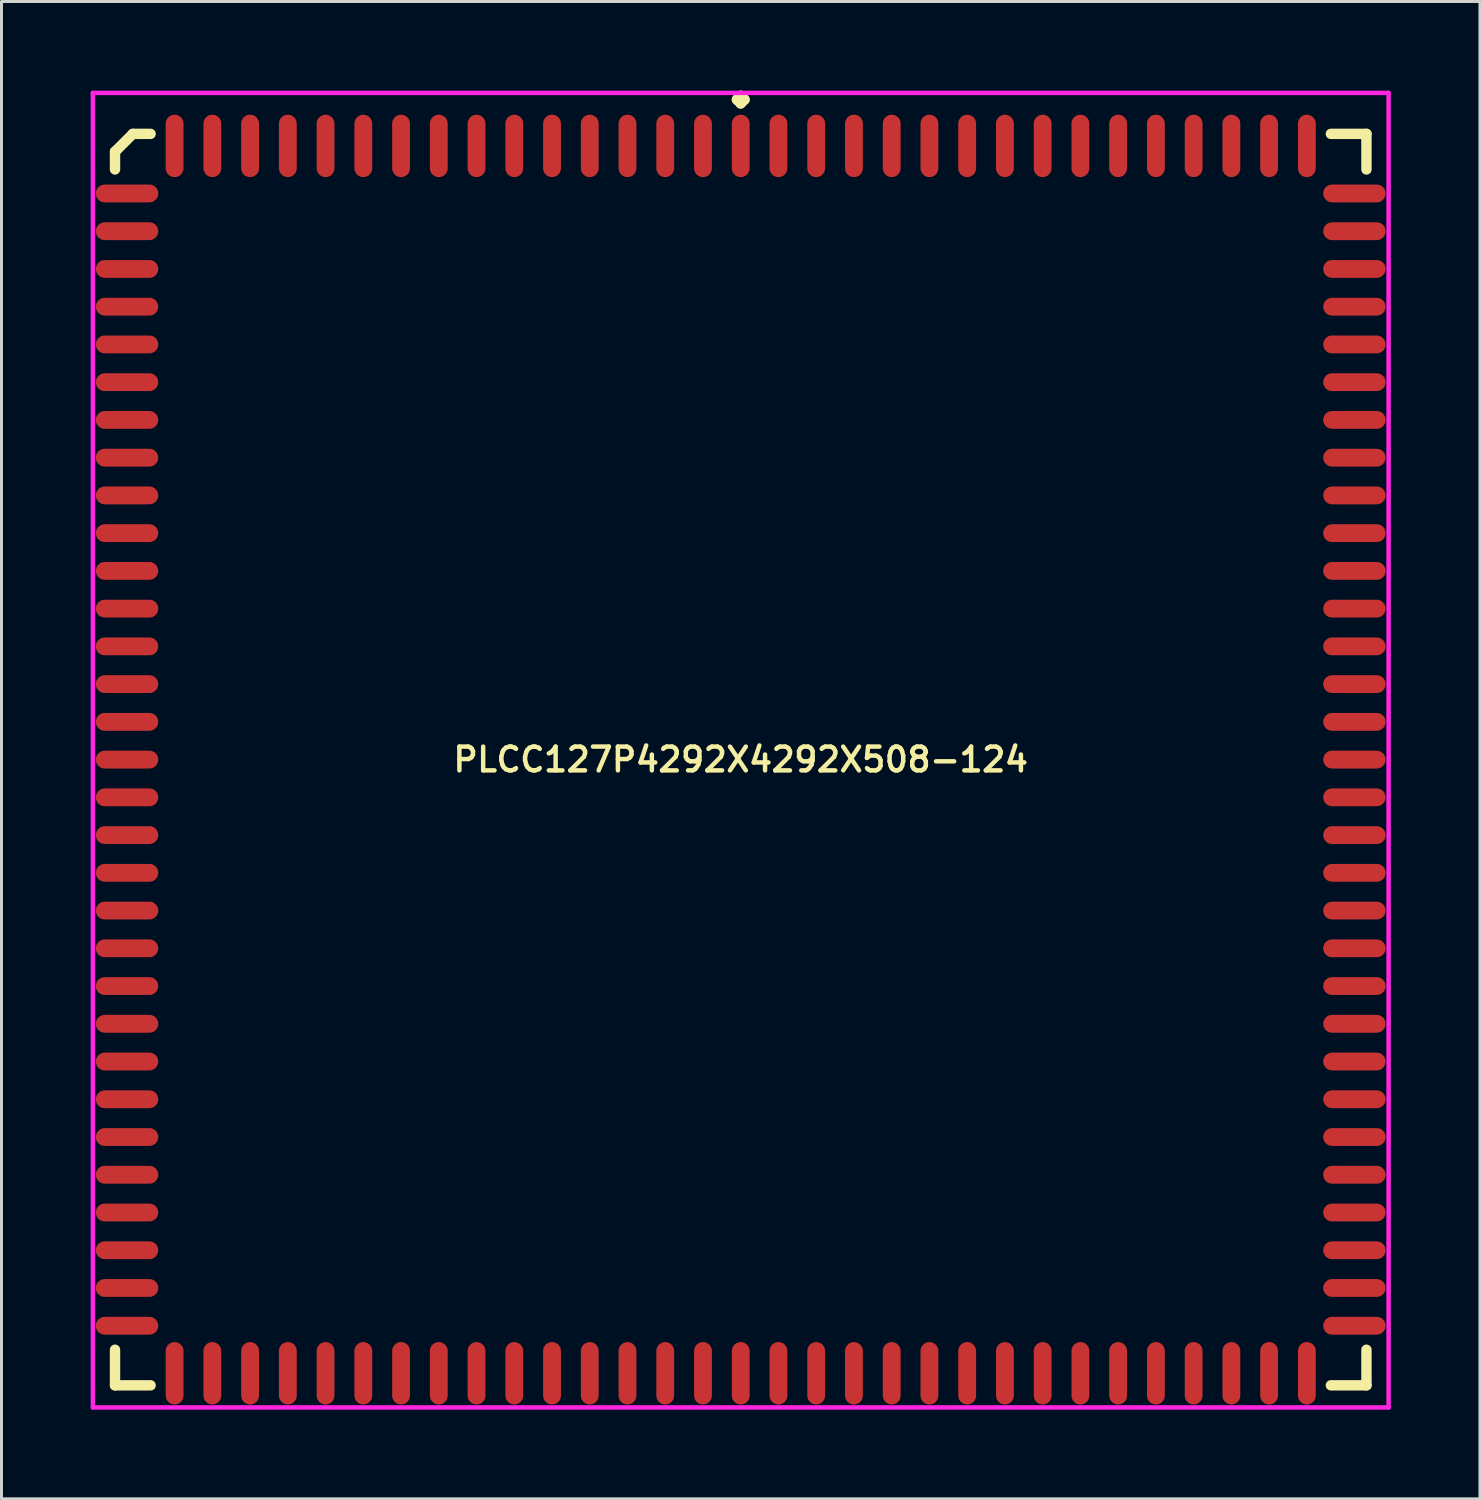
<source format=kicad_pcb>
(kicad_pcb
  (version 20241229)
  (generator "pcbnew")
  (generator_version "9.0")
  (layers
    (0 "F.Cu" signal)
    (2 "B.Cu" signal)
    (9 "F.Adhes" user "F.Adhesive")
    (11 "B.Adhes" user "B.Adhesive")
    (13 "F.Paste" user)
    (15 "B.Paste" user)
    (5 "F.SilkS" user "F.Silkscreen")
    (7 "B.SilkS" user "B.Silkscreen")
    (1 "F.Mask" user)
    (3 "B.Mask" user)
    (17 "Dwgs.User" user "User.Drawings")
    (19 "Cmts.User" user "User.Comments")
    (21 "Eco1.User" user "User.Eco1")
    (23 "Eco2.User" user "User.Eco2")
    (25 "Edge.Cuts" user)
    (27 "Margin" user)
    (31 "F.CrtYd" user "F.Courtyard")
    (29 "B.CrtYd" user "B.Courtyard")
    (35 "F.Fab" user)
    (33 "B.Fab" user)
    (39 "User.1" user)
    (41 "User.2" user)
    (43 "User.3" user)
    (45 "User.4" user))
  (footprint "PLCC127P4292X4292X508-124"
    (layer "F.Cu")
    (at 21.875 22.51)
    (property "Reference" "PLCC127P4292X4292X508-124" (at 0 0 0) (layer "F.SilkS") (effects (font (size 0.8 0.8) (thickness 0.15))))
    (attr smd)
    (fp_line (start -21.055 -20.456) (end -20.456 -21.055) (stroke (width 0.35) (type solid)) (layer "F.SilkS"))
    (fp_line (start -21.055 -19.858) (end -21.055 -20.456) (stroke (width 0.35) (type solid)) (layer "F.SilkS"))
    (fp_line (start -21.055 19.858) (end -21.055 21.055) (stroke (width 0.35) (type solid)) (layer "F.SilkS"))
    (fp_line (start -21.055 21.055) (end -19.858 21.055) (stroke (width 0.35) (type solid)) (layer "F.SilkS"))
    (fp_line (start -20.456 -21.055) (end -19.858 -21.055) (stroke (width 0.35) (type solid)) (layer "F.SilkS"))
    (fp_line (start -0.127 -22.208) (end 0 -22.335) (stroke (width 0.35) (type solid)) (layer "F.SilkS"))
    (fp_line (start 0 -22.335) (end 0.127 -22.208) (stroke (width 0.35) (type solid)) (layer "F.SilkS"))
    (fp_line (start 0 -22.081) (end -0.127 -22.208) (stroke (width 0.35) (type solid)) (layer "F.SilkS"))
    (fp_line (start 0.127 -22.208) (end 0 -22.081) (stroke (width 0.35) (type solid)) (layer "F.SilkS"))
    (fp_line (start 21.055 -21.055) (end 19.858 -21.055) (stroke (width 0.35) (type solid)) (layer "F.SilkS"))
    (fp_line (start 21.055 -19.858) (end 21.055 -21.055) (stroke (width 0.35) (type solid)) (layer "F.SilkS"))
    (fp_line (start 21.055 19.858) (end 21.055 21.055) (stroke (width 0.35) (type solid)) (layer "F.SilkS"))
    (fp_line (start 21.055 21.055) (end 19.858 21.055) (stroke (width 0.35) (type solid)) (layer "F.SilkS"))
    (fp_line (start -21.8 -22.435) (end 21.8 -22.435) (stroke (width 0.15) (type solid)) (layer "F.CrtYd"))
    (fp_line (start -21.8 21.8) (end -21.8 -22.435) (stroke (width 0.15) (type solid)) (layer "F.CrtYd"))
    (fp_line (start 21.8 -22.435) (end 21.8 21.8) (stroke (width 0.15) (type solid)) (layer "F.CrtYd"))
    (fp_line (start 21.8 21.8) (end -21.8 21.8) (stroke (width 0.15) (type solid)) (layer "F.CrtYd"))
    (pad "1" smd oval (at 0 -20.65) (size 0.6 2.1) (layers "F.Cu" "F.Mask" "F.Paste"))
    (pad "2" smd oval (at -1.27 -20.65) (size 0.6 2.1) (layers "F.Cu" "F.Mask" "F.Paste"))
    (pad "3" smd oval (at -2.54 -20.65) (size 0.6 2.1) (layers "F.Cu" "F.Mask" "F.Paste"))
    (pad "4" smd oval (at -3.81 -20.65) (size 0.6 2.1) (layers "F.Cu" "F.Mask" "F.Paste"))
    (pad "5" smd oval (at -5.08 -20.65) (size 0.6 2.1) (layers "F.Cu" "F.Mask" "F.Paste"))
    (pad "6" smd oval (at -6.35 -20.65) (size 0.6 2.1) (layers "F.Cu" "F.Mask" "F.Paste"))
    (pad "7" smd oval (at -7.62 -20.65) (size 0.6 2.1) (layers "F.Cu" "F.Mask" "F.Paste"))
    (pad "8" smd oval (at -8.89 -20.65) (size 0.6 2.1) (layers "F.Cu" "F.Mask" "F.Paste"))
    (pad "9" smd oval (at -10.16 -20.65) (size 0.6 2.1) (layers "F.Cu" "F.Mask" "F.Paste"))
    (pad "10" smd oval (at -11.43 -20.65) (size 0.6 2.1) (layers "F.Cu" "F.Mask" "F.Paste"))
    (pad "11" smd oval (at -12.7 -20.65) (size 0.6 2.1) (layers "F.Cu" "F.Mask" "F.Paste"))
    (pad "12" smd oval (at -13.97 -20.65) (size 0.6 2.1) (layers "F.Cu" "F.Mask" "F.Paste"))
    (pad "13" smd oval (at -15.24 -20.65) (size 0.6 2.1) (layers "F.Cu" "F.Mask" "F.Paste"))
    (pad "14" smd oval (at -16.51 -20.65) (size 0.6 2.1) (layers "F.Cu" "F.Mask" "F.Paste"))
    (pad "15" smd oval (at -17.78 -20.65) (size 0.6 2.1) (layers "F.Cu" "F.Mask" "F.Paste"))
    (pad "16" smd oval (at -19.05 -20.65) (size 0.6 2.1) (layers "F.Cu" "F.Mask" "F.Paste"))
    (pad "17" smd oval (at -20.65 -19.05) (size 2.1 0.6) (layers "F.Cu" "F.Mask" "F.Paste"))
    (pad "18" smd oval (at -20.65 -17.78) (size 2.1 0.6) (layers "F.Cu" "F.Mask" "F.Paste"))
    (pad "19" smd oval (at -20.65 -16.51) (size 2.1 0.6) (layers "F.Cu" "F.Mask" "F.Paste"))
    (pad "20" smd oval (at -20.65 -15.24) (size 2.1 0.6) (layers "F.Cu" "F.Mask" "F.Paste"))
    (pad "21" smd oval (at -20.65 -13.97) (size 2.1 0.6) (layers "F.Cu" "F.Mask" "F.Paste"))
    (pad "22" smd oval (at -20.65 -12.7) (size 2.1 0.6) (layers "F.Cu" "F.Mask" "F.Paste"))
    (pad "23" smd oval (at -20.65 -11.43) (size 2.1 0.6) (layers "F.Cu" "F.Mask" "F.Paste"))
    (pad "24" smd oval (at -20.65 -10.16) (size 2.1 0.6) (layers "F.Cu" "F.Mask" "F.Paste"))
    (pad "25" smd oval (at -20.65 -8.89) (size 2.1 0.6) (layers "F.Cu" "F.Mask" "F.Paste"))
    (pad "26" smd oval (at -20.65 -7.62) (size 2.1 0.6) (layers "F.Cu" "F.Mask" "F.Paste"))
    (pad "27" smd oval (at -20.65 -6.35) (size 2.1 0.6) (layers "F.Cu" "F.Mask" "F.Paste"))
    (pad "28" smd oval (at -20.65 -5.08) (size 2.1 0.6) (layers "F.Cu" "F.Mask" "F.Paste"))
    (pad "29" smd oval (at -20.65 -3.81) (size 2.1 0.6) (layers "F.Cu" "F.Mask" "F.Paste"))
    (pad "30" smd oval (at -20.65 -2.54) (size 2.1 0.6) (layers "F.Cu" "F.Mask" "F.Paste"))
    (pad "31" smd oval (at -20.65 -1.27) (size 2.1 0.6) (layers "F.Cu" "F.Mask" "F.Paste"))
    (pad "32" smd oval (at -20.65 0) (size 2.1 0.6) (layers "F.Cu" "F.Mask" "F.Paste"))
    (pad "33" smd oval (at -20.65 1.27) (size 2.1 0.6) (layers "F.Cu" "F.Mask" "F.Paste"))
    (pad "34" smd oval (at -20.65 2.54) (size 2.1 0.6) (layers "F.Cu" "F.Mask" "F.Paste"))
    (pad "35" smd oval (at -20.65 3.81) (size 2.1 0.6) (layers "F.Cu" "F.Mask" "F.Paste"))
    (pad "36" smd oval (at -20.65 5.08) (size 2.1 0.6) (layers "F.Cu" "F.Mask" "F.Paste"))
    (pad "37" smd oval (at -20.65 6.35) (size 2.1 0.6) (layers "F.Cu" "F.Mask" "F.Paste"))
    (pad "38" smd oval (at -20.65 7.62) (size 2.1 0.6) (layers "F.Cu" "F.Mask" "F.Paste"))
    (pad "39" smd oval (at -20.65 8.89) (size 2.1 0.6) (layers "F.Cu" "F.Mask" "F.Paste"))
    (pad "40" smd oval (at -20.65 10.16) (size 2.1 0.6) (layers "F.Cu" "F.Mask" "F.Paste"))
    (pad "41" smd oval (at -20.65 11.43) (size 2.1 0.6) (layers "F.Cu" "F.Mask" "F.Paste"))
    (pad "42" smd oval (at -20.65 12.7) (size 2.1 0.6) (layers "F.Cu" "F.Mask" "F.Paste"))
    (pad "43" smd oval (at -20.65 13.97) (size 2.1 0.6) (layers "F.Cu" "F.Mask" "F.Paste"))
    (pad "44" smd oval (at -20.65 15.24) (size 2.1 0.6) (layers "F.Cu" "F.Mask" "F.Paste"))
    (pad "45" smd oval (at -20.65 16.51) (size 2.1 0.6) (layers "F.Cu" "F.Mask" "F.Paste"))
    (pad "46" smd oval (at -20.65 17.78) (size 2.1 0.6) (layers "F.Cu" "F.Mask" "F.Paste"))
    (pad "47" smd oval (at -20.65 19.05) (size 2.1 0.6) (layers "F.Cu" "F.Mask" "F.Paste"))
    (pad "48" smd oval (at -19.05 20.65) (size 0.6 2.1) (layers "F.Cu" "F.Mask" "F.Paste"))
    (pad "49" smd oval (at -17.78 20.65) (size 0.6 2.1) (layers "F.Cu" "F.Mask" "F.Paste"))
    (pad "50" smd oval (at -16.51 20.65) (size 0.6 2.1) (layers "F.Cu" "F.Mask" "F.Paste"))
    (pad "51" smd oval (at -15.24 20.65) (size 0.6 2.1) (layers "F.Cu" "F.Mask" "F.Paste"))
    (pad "52" smd oval (at -13.97 20.65) (size 0.6 2.1) (layers "F.Cu" "F.Mask" "F.Paste"))
    (pad "53" smd oval (at -12.7 20.65) (size 0.6 2.1) (layers "F.Cu" "F.Mask" "F.Paste"))
    (pad "54" smd oval (at -11.43 20.65) (size 0.6 2.1) (layers "F.Cu" "F.Mask" "F.Paste"))
    (pad "55" smd oval (at -10.16 20.65) (size 0.6 2.1) (layers "F.Cu" "F.Mask" "F.Paste"))
    (pad "56" smd oval (at -8.89 20.65) (size 0.6 2.1) (layers "F.Cu" "F.Mask" "F.Paste"))
    (pad "57" smd oval (at -7.62 20.65) (size 0.6 2.1) (layers "F.Cu" "F.Mask" "F.Paste"))
    (pad "58" smd oval (at -6.35 20.65) (size 0.6 2.1) (layers "F.Cu" "F.Mask" "F.Paste"))
    (pad "59" smd oval (at -5.08 20.65) (size 0.6 2.1) (layers "F.Cu" "F.Mask" "F.Paste"))
    (pad "60" smd oval (at -3.81 20.65) (size 0.6 2.1) (layers "F.Cu" "F.Mask" "F.Paste"))
    (pad "61" smd oval (at -2.54 20.65) (size 0.6 2.1) (layers "F.Cu" "F.Mask" "F.Paste"))
    (pad "62" smd oval (at -1.27 20.65) (size 0.6 2.1) (layers "F.Cu" "F.Mask" "F.Paste"))
    (pad "63" smd oval (at 0 20.65) (size 0.6 2.1) (layers "F.Cu" "F.Mask" "F.Paste"))
    (pad "64" smd oval (at 1.27 20.65) (size 0.6 2.1) (layers "F.Cu" "F.Mask" "F.Paste"))
    (pad "65" smd oval (at 2.54 20.65) (size 0.6 2.1) (layers "F.Cu" "F.Mask" "F.Paste"))
    (pad "66" smd oval (at 3.81 20.65) (size 0.6 2.1) (layers "F.Cu" "F.Mask" "F.Paste"))
    (pad "67" smd oval (at 5.08 20.65) (size 0.6 2.1) (layers "F.Cu" "F.Mask" "F.Paste"))
    (pad "68" smd oval (at 6.35 20.65) (size 0.6 2.1) (layers "F.Cu" "F.Mask" "F.Paste"))
    (pad "69" smd oval (at 7.62 20.65) (size 0.6 2.1) (layers "F.Cu" "F.Mask" "F.Paste"))
    (pad "70" smd oval (at 8.89 20.65) (size 0.6 2.1) (layers "F.Cu" "F.Mask" "F.Paste"))
    (pad "71" smd oval (at 10.16 20.65) (size 0.6 2.1) (layers "F.Cu" "F.Mask" "F.Paste"))
    (pad "72" smd oval (at 11.43 20.65) (size 0.6 2.1) (layers "F.Cu" "F.Mask" "F.Paste"))
    (pad "73" smd oval (at 12.7 20.65) (size 0.6 2.1) (layers "F.Cu" "F.Mask" "F.Paste"))
    (pad "74" smd oval (at 13.97 20.65) (size 0.6 2.1) (layers "F.Cu" "F.Mask" "F.Paste"))
    (pad "75" smd oval (at 15.24 20.65) (size 0.6 2.1) (layers "F.Cu" "F.Mask" "F.Paste"))
    (pad "76" smd oval (at 16.51 20.65) (size 0.6 2.1) (layers "F.Cu" "F.Mask" "F.Paste"))
    (pad "77" smd oval (at 17.78 20.65) (size 0.6 2.1) (layers "F.Cu" "F.Mask" "F.Paste"))
    (pad "78" smd oval (at 19.05 20.65) (size 0.6 2.1) (layers "F.Cu" "F.Mask" "F.Paste"))
    (pad "79" smd oval (at 20.65 19.05) (size 2.1 0.6) (layers "F.Cu" "F.Mask" "F.Paste"))
    (pad "80" smd oval (at 20.65 17.78) (size 2.1 0.6) (layers "F.Cu" "F.Mask" "F.Paste"))
    (pad "81" smd oval (at 20.65 16.51) (size 2.1 0.6) (layers "F.Cu" "F.Mask" "F.Paste"))
    (pad "82" smd oval (at 20.65 15.24) (size 2.1 0.6) (layers "F.Cu" "F.Mask" "F.Paste"))
    (pad "83" smd oval (at 20.65 13.97) (size 2.1 0.6) (layers "F.Cu" "F.Mask" "F.Paste"))
    (pad "84" smd oval (at 20.65 12.7) (size 2.1 0.6) (layers "F.Cu" "F.Mask" "F.Paste"))
    (pad "85" smd oval (at 20.65 11.43) (size 2.1 0.6) (layers "F.Cu" "F.Mask" "F.Paste"))
    (pad "86" smd oval (at 20.65 10.16) (size 2.1 0.6) (layers "F.Cu" "F.Mask" "F.Paste"))
    (pad "87" smd oval (at 20.65 8.89) (size 2.1 0.6) (layers "F.Cu" "F.Mask" "F.Paste"))
    (pad "88" smd oval (at 20.65 7.62) (size 2.1 0.6) (layers "F.Cu" "F.Mask" "F.Paste"))
    (pad "89" smd oval (at 20.65 6.35) (size 2.1 0.6) (layers "F.Cu" "F.Mask" "F.Paste"))
    (pad "90" smd oval (at 20.65 5.08) (size 2.1 0.6) (layers "F.Cu" "F.Mask" "F.Paste"))
    (pad "91" smd oval (at 20.65 3.81) (size 2.1 0.6) (layers "F.Cu" "F.Mask" "F.Paste"))
    (pad "92" smd oval (at 20.65 2.54) (size 2.1 0.6) (layers "F.Cu" "F.Mask" "F.Paste"))
    (pad "93" smd oval (at 20.65 1.27) (size 2.1 0.6) (layers "F.Cu" "F.Mask" "F.Paste"))
    (pad "94" smd oval (at 20.65 0) (size 2.1 0.6) (layers "F.Cu" "F.Mask" "F.Paste"))
    (pad "95" smd oval (at 20.65 -1.27) (size 2.1 0.6) (layers "F.Cu" "F.Mask" "F.Paste"))
    (pad "96" smd oval (at 20.65 -2.54) (size 2.1 0.6) (layers "F.Cu" "F.Mask" "F.Paste"))
    (pad "97" smd oval (at 20.65 -3.81) (size 2.1 0.6) (layers "F.Cu" "F.Mask" "F.Paste"))
    (pad "98" smd oval (at 20.65 -5.08) (size 2.1 0.6) (layers "F.Cu" "F.Mask" "F.Paste"))
    (pad "99" smd oval (at 20.65 -6.35) (size 2.1 0.6) (layers "F.Cu" "F.Mask" "F.Paste"))
    (pad "100" smd oval (at 20.65 -7.62) (size 2.1 0.6) (layers "F.Cu" "F.Mask" "F.Paste"))
    (pad "101" smd oval (at 20.65 -8.89) (size 2.1 0.6) (layers "F.Cu" "F.Mask" "F.Paste"))
    (pad "102" smd oval (at 20.65 -10.16) (size 2.1 0.6) (layers "F.Cu" "F.Mask" "F.Paste"))
    (pad "103" smd oval (at 20.65 -11.43) (size 2.1 0.6) (layers "F.Cu" "F.Mask" "F.Paste"))
    (pad "104" smd oval (at 20.65 -12.7) (size 2.1 0.6) (layers "F.Cu" "F.Mask" "F.Paste"))
    (pad "105" smd oval (at 20.65 -13.97) (size 2.1 0.6) (layers "F.Cu" "F.Mask" "F.Paste"))
    (pad "106" smd oval (at 20.65 -15.24) (size 2.1 0.6) (layers "F.Cu" "F.Mask" "F.Paste"))
    (pad "107" smd oval (at 20.65 -16.51) (size 2.1 0.6) (layers "F.Cu" "F.Mask" "F.Paste"))
    (pad "108" smd oval (at 20.65 -17.78) (size 2.1 0.6) (layers "F.Cu" "F.Mask" "F.Paste"))
    (pad "109" smd oval (at 20.65 -19.05) (size 2.1 0.6) (layers "F.Cu" "F.Mask" "F.Paste"))
    (pad "110" smd oval (at 19.05 -20.65) (size 0.6 2.1) (layers "F.Cu" "F.Mask" "F.Paste"))
    (pad "111" smd oval (at 17.78 -20.65) (size 0.6 2.1) (layers "F.Cu" "F.Mask" "F.Paste"))
    (pad "112" smd oval (at 16.51 -20.65) (size 0.6 2.1) (layers "F.Cu" "F.Mask" "F.Paste"))
    (pad "113" smd oval (at 15.24 -20.65) (size 0.6 2.1) (layers "F.Cu" "F.Mask" "F.Paste"))
    (pad "114" smd oval (at 13.97 -20.65) (size 0.6 2.1) (layers "F.Cu" "F.Mask" "F.Paste"))
    (pad "115" smd oval (at 12.7 -20.65) (size 0.6 2.1) (layers "F.Cu" "F.Mask" "F.Paste"))
    (pad "116" smd oval (at 11.43 -20.65) (size 0.6 2.1) (layers "F.Cu" "F.Mask" "F.Paste"))
    (pad "117" smd oval (at 10.16 -20.65) (size 0.6 2.1) (layers "F.Cu" "F.Mask" "F.Paste"))
    (pad "118" smd oval (at 8.89 -20.65) (size 0.6 2.1) (layers "F.Cu" "F.Mask" "F.Paste"))
    (pad "119" smd oval (at 7.62 -20.65) (size 0.6 2.1) (layers "F.Cu" "F.Mask" "F.Paste"))
    (pad "120" smd oval (at 6.35 -20.65) (size 0.6 2.1) (layers "F.Cu" "F.Mask" "F.Paste"))
    (pad "121" smd oval (at 5.08 -20.65) (size 0.6 2.1) (layers "F.Cu" "F.Mask" "F.Paste"))
    (pad "122" smd oval (at 3.81 -20.65) (size 0.6 2.1) (layers "F.Cu" "F.Mask" "F.Paste"))
    (pad "123" smd oval (at 2.54 -20.65) (size 0.6 2.1) (layers "F.Cu" "F.Mask" "F.Paste"))
    (pad "124" smd oval (at 1.27 -20.65) (size 0.6 2.1) (layers "F.Cu" "F.Mask" "F.Paste")))
  (gr_rect
    (start -3 -3)
    (end 46.75 47.385)
    (stroke (width 0.1) (type default))
    (fill no)
    (layer "Edge.Cuts")))
</source>
